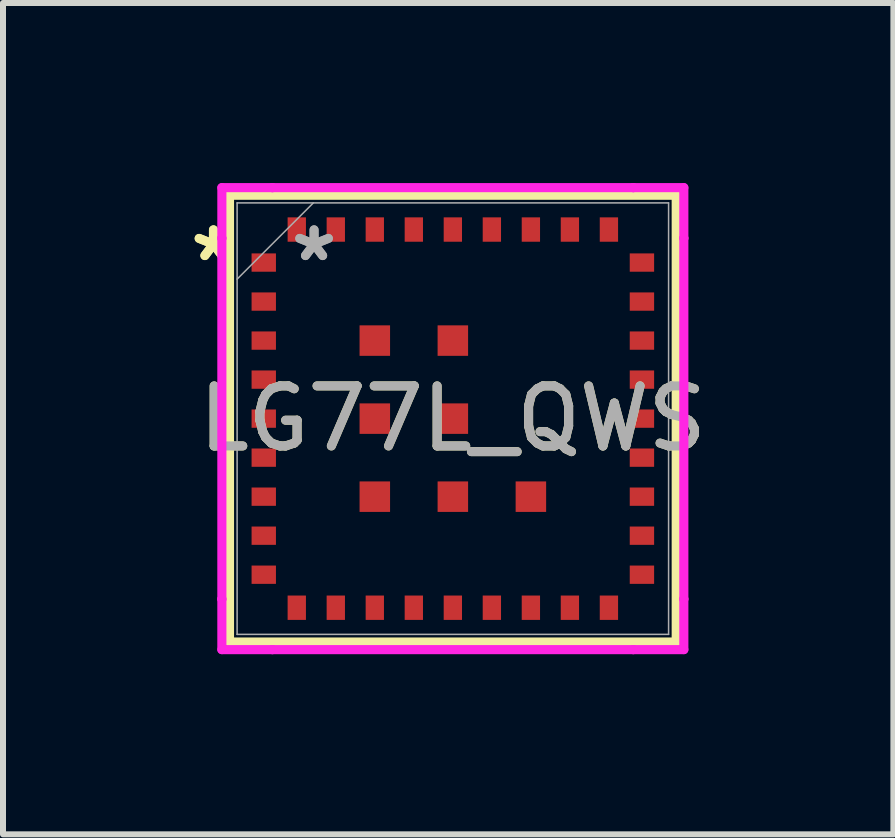
<source format=kicad_pcb>
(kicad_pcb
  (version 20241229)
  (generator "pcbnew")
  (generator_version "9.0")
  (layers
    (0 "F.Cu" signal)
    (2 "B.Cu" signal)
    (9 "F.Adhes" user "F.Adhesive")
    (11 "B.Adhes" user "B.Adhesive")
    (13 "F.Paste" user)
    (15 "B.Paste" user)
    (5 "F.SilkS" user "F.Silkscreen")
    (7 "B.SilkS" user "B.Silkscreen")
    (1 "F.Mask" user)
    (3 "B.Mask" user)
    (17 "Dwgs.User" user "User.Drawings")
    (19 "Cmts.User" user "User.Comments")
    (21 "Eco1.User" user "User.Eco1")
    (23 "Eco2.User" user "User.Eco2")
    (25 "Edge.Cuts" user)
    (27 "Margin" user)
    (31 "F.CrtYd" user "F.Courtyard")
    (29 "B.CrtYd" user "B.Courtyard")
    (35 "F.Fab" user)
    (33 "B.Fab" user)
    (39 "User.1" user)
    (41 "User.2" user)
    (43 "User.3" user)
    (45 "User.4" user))
  (footprint "LG77L_QWS"
    (layer "F.Cu")
    (at 4.494 3.924)
    (property "Reference" "LG77L_QWS" (at 0 0 0) (unlocked yes) (layer "F.SilkS") (effects (font (size 1 1) (thickness 0.15))))
    (attr smd)
    (fp_line (start -3.721 -3.721) (end -3.721 3.721) (stroke (width 0.152) (type solid)) (layer "F.SilkS"))
    (fp_line (start -3.721 3.721) (end 3.721 3.721) (stroke (width 0.152) (type solid)) (layer "F.SilkS"))
    (fp_line (start 3.721 -3.721) (end -3.721 -3.721) (stroke (width 0.152) (type solid)) (layer "F.SilkS"))
    (fp_line (start 3.721 3.721) (end 3.721 -3.721) (stroke (width 0.152) (type solid)) (layer "F.SilkS"))
    (fp_line (start -3.848 -3.848) (end -3.006 -3.848) (stroke (width 0.152) (type solid)) (layer "F.CrtYd"))
    (fp_line (start -3.848 -3.006) (end -3.848 -3.848) (stroke (width 0.152) (type solid)) (layer "F.CrtYd"))
    (fp_line (start -3.848 -3.006) (end -3.848 -3.006) (stroke (width 0.152) (type solid)) (layer "F.CrtYd"))
    (fp_line (start -3.848 3.006) (end -3.848 -3.006) (stroke (width 0.152) (type solid)) (layer "F.CrtYd"))
    (fp_line (start -3.848 3.006) (end -3.848 3.006) (stroke (width 0.152) (type solid)) (layer "F.CrtYd"))
    (fp_line (start -3.848 3.848) (end -3.848 3.006) (stroke (width 0.152) (type solid)) (layer "F.CrtYd"))
    (fp_line (start -3.006 -3.848) (end -3.006 -3.848) (stroke (width 0.152) (type solid)) (layer "F.CrtYd"))
    (fp_line (start -3.006 -3.848) (end 3.006 -3.848) (stroke (width 0.152) (type solid)) (layer "F.CrtYd"))
    (fp_line (start -3.006 3.848) (end -3.848 3.848) (stroke (width 0.152) (type solid)) (layer "F.CrtYd"))
    (fp_line (start -3.006 3.848) (end -3.006 3.848) (stroke (width 0.152) (type solid)) (layer "F.CrtYd"))
    (fp_line (start 3.006 -3.848) (end 3.006 -3.848) (stroke (width 0.152) (type solid)) (layer "F.CrtYd"))
    (fp_line (start 3.006 -3.848) (end 3.848 -3.848) (stroke (width 0.152) (type solid)) (layer "F.CrtYd"))
    (fp_line (start 3.006 3.848) (end -3.006 3.848) (stroke (width 0.152) (type solid)) (layer "F.CrtYd"))
    (fp_line (start 3.006 3.848) (end 3.006 3.848) (stroke (width 0.152) (type solid)) (layer "F.CrtYd"))
    (fp_line (start 3.848 -3.848) (end 3.848 -3.006) (stroke (width 0.152) (type solid)) (layer "F.CrtYd"))
    (fp_line (start 3.848 -3.006) (end 3.848 -3.006) (stroke (width 0.152) (type solid)) (layer "F.CrtYd"))
    (fp_line (start 3.848 -3.006) (end 3.848 3.006) (stroke (width 0.152) (type solid)) (layer "F.CrtYd"))
    (fp_line (start 3.848 3.006) (end 3.848 3.006) (stroke (width 0.152) (type solid)) (layer "F.CrtYd"))
    (fp_line (start 3.848 3.006) (end 3.848 3.848) (stroke (width 0.152) (type solid)) (layer "F.CrtYd"))
    (fp_line (start 3.848 3.848) (end 3.006 3.848) (stroke (width 0.152) (type solid)) (layer "F.CrtYd"))
    (fp_line (start -3.594 -3.594) (end -3.594 3.594) (stroke (width 0.025) (type solid)) (layer "F.Fab"))
    (fp_line (start -3.594 -2.324) (end -2.324 -3.594) (stroke (width 0.025) (type solid)) (layer "F.Fab"))
    (fp_line (start -3.594 3.594) (end 3.594 3.594) (stroke (width 0.025) (type solid)) (layer "F.Fab"))
    (fp_line (start 3.594 -3.594) (end -3.594 -3.594) (stroke (width 0.025) (type solid)) (layer "F.Fab"))
    (fp_line (start 3.594 3.594) (end 3.594 -3.594) (stroke (width 0.025) (type solid)) (layer "F.Fab"))
    (fp_text user "*" (at -3.988 -2.6 0) (layer "F.SilkS") (effects (font (size 1 1) (thickness 0.15))))
    (fp_text user "*" (at -3.988 -2.6 0) (unlocked yes) (layer "F.SilkS") (effects (font (size 1 1) (thickness 0.15))))
    (fp_text user "*" (at -2.312 -2.6 0) (unlocked yes) (layer "F.Fab") (effects (font (size 1 1) (thickness 0.15))))
    (fp_text user "*" (at -2.312 -2.6 0) (layer "F.Fab") (effects (font (size 1 1) (thickness 0.15))))
    (fp_text user "${REFERENCE}" (at 0 0 0) (unlocked yes) (layer "F.Fab") (effects (font (size 1 1) (thickness 0.15))))
    (pad "1" smd rect (at -3.15 -2.6) (size 0.406 0.305) (layers "F.Cu" "F.Mask" "F.Paste"))
    (pad "2" smd rect (at -3.15 -1.95) (size 0.406 0.305) (layers "F.Cu" "F.Mask" "F.Paste"))
    (pad "3" smd rect (at -3.15 -1.3) (size 0.406 0.305) (layers "F.Cu" "F.Mask" "F.Paste"))
    (pad "4" smd rect (at -3.15 -0.65) (size 0.406 0.305) (layers "F.Cu" "F.Mask" "F.Paste"))
    (pad "5" smd rect (at -3.15 0) (size 0.406 0.305) (layers "F.Cu" "F.Mask" "F.Paste"))
    (pad "6" smd rect (at -3.15 0.65) (size 0.406 0.305) (layers "F.Cu" "F.Mask" "F.Paste"))
    (pad "7" smd rect (at -3.15 1.3) (size 0.406 0.305) (layers "F.Cu" "F.Mask" "F.Paste"))
    (pad "8" smd rect (at -3.15 1.95) (size 0.406 0.305) (layers "F.Cu" "F.Mask" "F.Paste"))
    (pad "9" smd rect (at -3.15 2.6) (size 0.406 0.305) (layers "F.Cu" "F.Mask" "F.Paste"))
    (pad "10" smd rect (at -2.6 3.15 90) (size 0.406 0.305) (layers "F.Cu" "F.Mask" "F.Paste"))
    (pad "11" smd rect (at -1.95 3.15 90) (size 0.406 0.305) (layers "F.Cu" "F.Mask" "F.Paste"))
    (pad "12" smd rect (at -1.3 3.15 90) (size 0.406 0.305) (layers "F.Cu" "F.Mask" "F.Paste"))
    (pad "13" smd rect (at -0.65 3.15 90) (size 0.406 0.305) (layers "F.Cu" "F.Mask" "F.Paste"))
    (pad "14" smd rect (at 0 3.15 90) (size 0.406 0.305) (layers "F.Cu" "F.Mask" "F.Paste"))
    (pad "15" smd rect (at 0.65 3.15 90) (size 0.406 0.305) (layers "F.Cu" "F.Mask" "F.Paste"))
    (pad "16" smd rect (at 1.3 3.15 90) (size 0.406 0.305) (layers "F.Cu" "F.Mask" "F.Paste"))
    (pad "17" smd rect (at 1.95 3.15 90) (size 0.406 0.305) (layers "F.Cu" "F.Mask" "F.Paste"))
    (pad "18" smd rect (at 2.6 3.15 90) (size 0.406 0.305) (layers "F.Cu" "F.Mask" "F.Paste"))
    (pad "19" smd rect (at 3.15 2.6) (size 0.406 0.305) (layers "F.Cu" "F.Mask" "F.Paste"))
    (pad "20" smd rect (at 3.15 1.95) (size 0.406 0.305) (layers "F.Cu" "F.Mask" "F.Paste"))
    (pad "21" smd rect (at 3.15 1.3) (size 0.406 0.305) (layers "F.Cu" "F.Mask" "F.Paste"))
    (pad "22" smd rect (at 3.15 0.65) (size 0.406 0.305) (layers "F.Cu" "F.Mask" "F.Paste"))
    (pad "23" smd rect (at 3.15 0) (size 0.406 0.305) (layers "F.Cu" "F.Mask" "F.Paste"))
    (pad "24" smd rect (at 3.15 -0.65) (size 0.406 0.305) (layers "F.Cu" "F.Mask" "F.Paste"))
    (pad "25" smd rect (at 3.15 -1.3) (size 0.406 0.305) (layers "F.Cu" "F.Mask" "F.Paste"))
    (pad "26" smd rect (at 3.15 -1.95) (size 0.406 0.305) (layers "F.Cu" "F.Mask" "F.Paste"))
    (pad "27" smd rect (at 3.15 -2.6) (size 0.406 0.305) (layers "F.Cu" "F.Mask" "F.Paste"))
    (pad "28" smd rect (at 2.6 -3.15 90) (size 0.406 0.305) (layers "F.Cu" "F.Mask" "F.Paste"))
    (pad "29" smd rect (at 1.95 -3.15 90) (size 0.406 0.305) (layers "F.Cu" "F.Mask" "F.Paste"))
    (pad "30" smd rect (at 1.3 -3.15 90) (size 0.406 0.305) (layers "F.Cu" "F.Mask" "F.Paste"))
    (pad "31" smd rect (at 0.65 -3.15 90) (size 0.406 0.305) (layers "F.Cu" "F.Mask" "F.Paste"))
    (pad "32" smd rect (at 0 -3.15 90) (size 0.406 0.305) (layers "F.Cu" "F.Mask" "F.Paste"))
    (pad "33" smd rect (at -0.65 -3.15 90) (size 0.406 0.305) (layers "F.Cu" "F.Mask" "F.Paste"))
    (pad "34" smd rect (at -1.3 -3.15 90) (size 0.406 0.305) (layers "F.Cu" "F.Mask" "F.Paste"))
    (pad "35" smd rect (at -1.95 -3.15 90) (size 0.406 0.305) (layers "F.Cu" "F.Mask" "F.Paste"))
    (pad "36" smd rect (at -2.6 -3.15 90) (size 0.406 0.305) (layers "F.Cu" "F.Mask" "F.Paste"))
    (pad "37" smd rect (at -1.3 -1.3) (size 0.508 0.508) (layers "F.Cu" "F.Mask" "F.Paste"))
    (pad "38" smd rect (at 0 -1.3) (size 0.508 0.508) (layers "F.Cu" "F.Mask" "F.Paste"))
    (pad "39" smd rect (at -1.3 0) (size 0.508 0.508) (layers "F.Cu" "F.Mask" "F.Paste"))
    (pad "40" smd rect (at 0 0) (size 0.508 0.508) (layers "F.Cu" "F.Mask" "F.Paste"))
    (pad "41" smd rect (at -1.3 1.3) (size 0.508 0.508) (layers "F.Cu" "F.Mask" "F.Paste"))
    (pad "42" smd rect (at 0 1.3) (size 0.508 0.508) (layers "F.Cu" "F.Mask" "F.Paste"))
    (pad "43" smd rect (at 1.3 1.3) (size 0.508 0.508) (layers "F.Cu" "F.Mask" "F.Paste")))
  (gr_rect
    (start -3 -3)
    (end 11.833 10.849)
    (stroke (width 0.1) (type default))
    (fill no)
    (layer "Edge.Cuts")))
</source>
